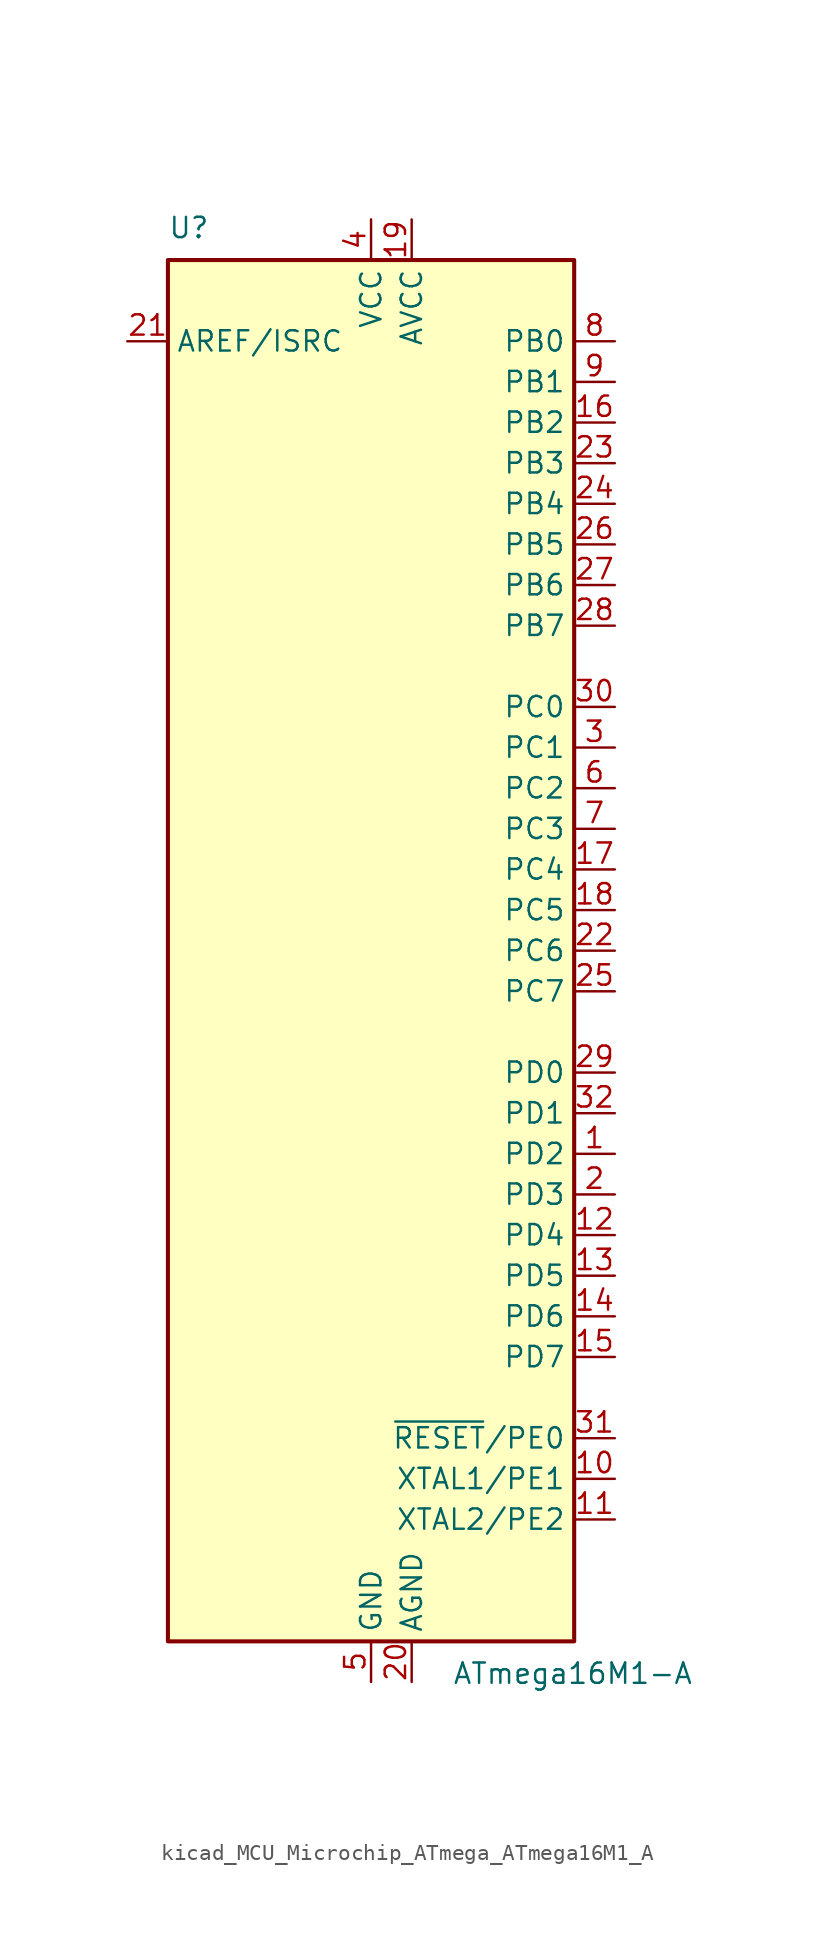
<source format=kicad_sym>
(kicad_symbol_lib
  (version 20220914)
  (generator kicad_symbol_editor)
  (symbol "kicad_MCU_Microchip_ATmega_ATmega16M1_A"
    (property "Reference" "U"
      (at -12.7 44.45 0)
      (effects (font (size 1.27 1.27)) (justify left bottom)))
    (property "Value" "ATmega16M1-A"
      (at 5.08 -44.45 0)
      (effects (font (size 1.27 1.27)) (justify left top)))
    (symbol "kicad_MCU_Microchip_ATmega_ATmega16M1_A_0_1"
      (rectangle (start -12.7 -43.18) (end 12.7 43.18) (stroke (width 0.254) (type default)) (fill (type background))))
    (symbol "kicad_MCU_Microchip_ATmega_ATmega16M1_A_1_1"
      (pin bidirectional line (at 15.24 -12.7 180) (length 2.54) (name "PD2" (effects (font (size 1.27 1.27)))) (number "1" (effects (font (size 1.27 1.27)))))
      (pin bidirectional line (at 15.24 -33.02 180) (length 2.54) (name "XTAL1/PE1" (effects (font (size 1.27 1.27)))) (number "10" (effects (font (size 1.27 1.27)))))
      (pin bidirectional line (at 15.24 -35.56 180) (length 2.54) (name "XTAL2/PE2" (effects (font (size 1.27 1.27)))) (number "11" (effects (font (size 1.27 1.27)))))
      (pin bidirectional line (at 15.24 -17.78 180) (length 2.54) (name "PD4" (effects (font (size 1.27 1.27)))) (number "12" (effects (font (size 1.27 1.27)))))
      (pin bidirectional line (at 15.24 -20.32 180) (length 2.54) (name "PD5" (effects (font (size 1.27 1.27)))) (number "13" (effects (font (size 1.27 1.27)))))
      (pin bidirectional line (at 15.24 -22.86 180) (length 2.54) (name "PD6" (effects (font (size 1.27 1.27)))) (number "14" (effects (font (size 1.27 1.27)))))
      (pin bidirectional line (at 15.24 -25.4 180) (length 2.54) (name "PD7" (effects (font (size 1.27 1.27)))) (number "15" (effects (font (size 1.27 1.27)))))
      (pin bidirectional line (at 15.24 33.02 180) (length 2.54) (name "PB2" (effects (font (size 1.27 1.27)))) (number "16" (effects (font (size 1.27 1.27)))))
      (pin bidirectional line (at 15.24 5.08 180) (length 2.54) (name "PC4" (effects (font (size 1.27 1.27)))) (number "17" (effects (font (size 1.27 1.27)))))
      (pin bidirectional line (at 15.24 2.54 180) (length 2.54) (name "PC5" (effects (font (size 1.27 1.27)))) (number "18" (effects (font (size 1.27 1.27)))))
      (pin power_in line (at 2.54 45.72 270) (length 2.54) (name "AVCC" (effects (font (size 1.27 1.27)))) (number "19" (effects (font (size 1.27 1.27)))))
      (pin bidirectional line (at 15.24 -15.24 180) (length 2.54) (name "PD3" (effects (font (size 1.27 1.27)))) (number "2" (effects (font (size 1.27 1.27)))))
      (pin power_in line (at 2.54 -45.72 90) (length 2.54) (name "AGND" (effects (font (size 1.27 1.27)))) (number "20" (effects (font (size 1.27 1.27)))))
      (pin passive line (at -15.24 38.1 0) (length 2.54) (name "AREF/ISRC" (effects (font (size 1.27 1.27)))) (number "21" (effects (font (size 1.27 1.27)))))
      (pin bidirectional line (at 15.24 0 180) (length 2.54) (name "PC6" (effects (font (size 1.27 1.27)))) (number "22" (effects (font (size 1.27 1.27)))))
      (pin bidirectional line (at 15.24 30.48 180) (length 2.54) (name "PB3" (effects (font (size 1.27 1.27)))) (number "23" (effects (font (size 1.27 1.27)))))
      (pin bidirectional line (at 15.24 27.94 180) (length 2.54) (name "PB4" (effects (font (size 1.27 1.27)))) (number "24" (effects (font (size 1.27 1.27)))))
      (pin bidirectional line (at 15.24 -2.54 180) (length 2.54) (name "PC7" (effects (font (size 1.27 1.27)))) (number "25" (effects (font (size 1.27 1.27)))))
      (pin bidirectional line (at 15.24 25.4 180) (length 2.54) (name "PB5" (effects (font (size 1.27 1.27)))) (number "26" (effects (font (size 1.27 1.27)))))
      (pin bidirectional line (at 15.24 22.86 180) (length 2.54) (name "PB6" (effects (font (size 1.27 1.27)))) (number "27" (effects (font (size 1.27 1.27)))))
      (pin bidirectional line (at 15.24 20.32 180) (length 2.54) (name "PB7" (effects (font (size 1.27 1.27)))) (number "28" (effects (font (size 1.27 1.27)))))
      (pin bidirectional line (at 15.24 -7.62 180) (length 2.54) (name "PD0" (effects (font (size 1.27 1.27)))) (number "29" (effects (font (size 1.27 1.27)))))
      (pin bidirectional line (at 15.24 12.7 180) (length 2.54) (name "PC1" (effects (font (size 1.27 1.27)))) (number "3" (effects (font (size 1.27 1.27)))))
      (pin bidirectional line (at 15.24 15.24 180) (length 2.54) (name "PC0" (effects (font (size 1.27 1.27)))) (number "30" (effects (font (size 1.27 1.27)))))
      (pin bidirectional line (at 15.24 -30.48 180) (length 2.54) (name "~{RESET}/PE0" (effects (font (size 1.27 1.27)))) (number "31" (effects (font (size 1.27 1.27)))))
      (pin bidirectional line (at 15.24 -10.16 180) (length 2.54) (name "PD1" (effects (font (size 1.27 1.27)))) (number "32" (effects (font (size 1.27 1.27)))))
      (pin power_in line (at 0 45.72 270) (length 2.54) (name "VCC" (effects (font (size 1.27 1.27)))) (number "4" (effects (font (size 1.27 1.27)))))
      (pin power_in line (at 0 -45.72 90) (length 2.54) (name "GND" (effects (font (size 1.27 1.27)))) (number "5" (effects (font (size 1.27 1.27)))))
      (pin bidirectional line (at 15.24 10.16 180) (length 2.54) (name "PC2" (effects (font (size 1.27 1.27)))) (number "6" (effects (font (size 1.27 1.27)))))
      (pin bidirectional line (at 15.24 7.62 180) (length 2.54) (name "PC3" (effects (font (size 1.27 1.27)))) (number "7" (effects (font (size 1.27 1.27)))))
      (pin bidirectional line (at 15.24 38.1 180) (length 2.54) (name "PB0" (effects (font (size 1.27 1.27)))) (number "8" (effects (font (size 1.27 1.27)))))
      (pin bidirectional line (at 15.24 35.56 180) (length 2.54) (name "PB1" (effects (font (size 1.27 1.27)))) (number "9" (effects (font (size 1.27 1.27))))))))
</source>
